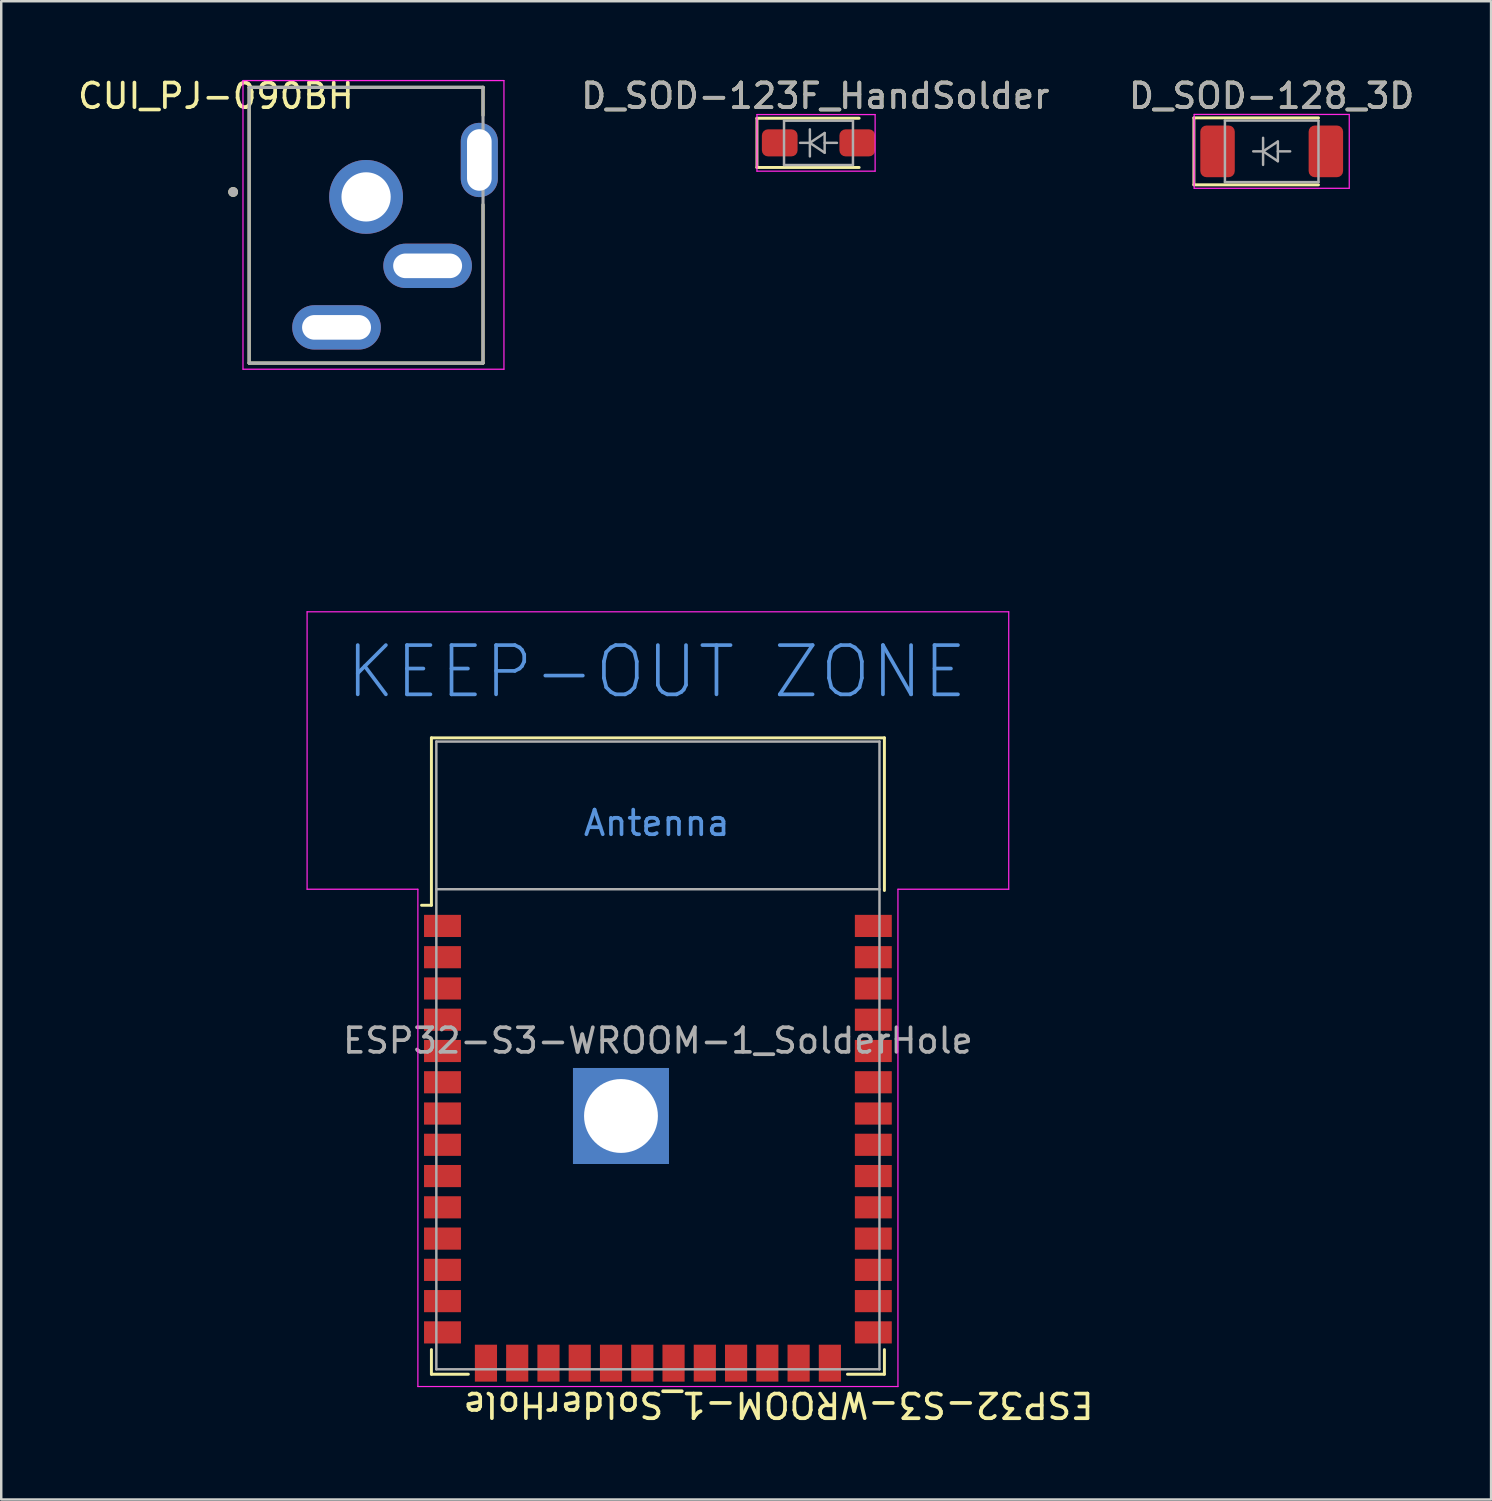
<source format=kicad_pcb>
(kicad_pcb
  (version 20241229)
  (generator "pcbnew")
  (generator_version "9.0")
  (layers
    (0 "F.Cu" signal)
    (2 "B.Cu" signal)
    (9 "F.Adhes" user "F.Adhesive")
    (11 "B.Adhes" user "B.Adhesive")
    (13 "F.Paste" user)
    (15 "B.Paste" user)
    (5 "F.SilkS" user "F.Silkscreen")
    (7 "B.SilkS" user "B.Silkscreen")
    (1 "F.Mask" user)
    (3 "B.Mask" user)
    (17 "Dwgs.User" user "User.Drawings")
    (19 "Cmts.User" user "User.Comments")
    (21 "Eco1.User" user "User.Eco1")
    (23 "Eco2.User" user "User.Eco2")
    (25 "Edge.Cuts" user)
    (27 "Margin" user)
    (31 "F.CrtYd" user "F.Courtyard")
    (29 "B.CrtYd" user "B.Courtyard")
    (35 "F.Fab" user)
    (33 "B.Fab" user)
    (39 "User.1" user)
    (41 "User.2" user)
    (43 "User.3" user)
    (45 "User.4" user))
  (footprint "ESP32-S3-WROOM-1_SolderHole"
    (layer "F.Cu")
    (at 23.674 39.821)
    (property "Reference" "ESP32-S3-WROOM-1_SolderHole" (at 4.9 14.19 180) (unlocked yes) (layer "F.SilkS") (effects (font (size 1 1) (thickness 0.15))))
    (attr smd)
    (fp_line (start -9.2 -12.9) (end 9.2 -12.9) (stroke (width 0.12) (type solid)) (layer "F.SilkS"))
    (fp_line (start -9.2 -6.1) (end -9.6 -6.1) (stroke (width 0.12) (type solid)) (layer "F.SilkS"))
    (fp_line (start -9.2 -6.1) (end -9.2 -12.9) (stroke (width 0.12) (type solid)) (layer "F.SilkS"))
    (fp_line (start -9.2 11.95) (end -9.2 12.95) (stroke (width 0.12) (type solid)) (layer "F.SilkS"))
    (fp_line (start -9.2 12.95) (end -7.7 12.95) (stroke (width 0.12) (type solid)) (layer "F.SilkS"))
    (fp_line (start 9.2 -12.9) (end 9.2 -6.7) (stroke (width 0.12) (type solid)) (layer "F.SilkS"))
    (fp_line (start 9.2 12.95) (end 7.7 12.95) (stroke (width 0.12) (type solid)) (layer "F.SilkS"))
    (fp_line (start 9.2 12.95) (end 9.2 11.95) (stroke (width 0.12) (type solid)) (layer "F.SilkS"))
    (fp_line (start -14.25 -18.02) (end -14.25 -6.75) (stroke (width 0.05) (type solid)) (layer "F.CrtYd"))
    (fp_line (start -14.25 -6.75) (end -9.75 -6.75) (stroke (width 0.05) (type solid)) (layer "F.CrtYd"))
    (fp_line (start -9.75 13.45) (end -9.75 -6.75) (stroke (width 0.05) (type solid)) (layer "F.CrtYd"))
    (fp_line (start -9.75 13.45) (end 9.75 13.45) (stroke (width 0.05) (type solid)) (layer "F.CrtYd"))
    (fp_line (start 9.75 -6.75) (end 9.75 13.45) (stroke (width 0.05) (type solid)) (layer "F.CrtYd"))
    (fp_line (start 9.75 -6.75) (end 14.25 -6.75) (stroke (width 0.05) (type solid)) (layer "F.CrtYd"))
    (fp_line (start 14.25 -18.02) (end -14.25 -18.02) (stroke (width 0.05) (type solid)) (layer "F.CrtYd"))
    (fp_line (start 14.25 -6.75) (end 14.25 -18.02) (stroke (width 0.05) (type solid)) (layer "F.CrtYd"))
    (fp_line (start -9 -12.75) (end 9 -12.75) (stroke (width 0.1) (type solid)) (layer "F.Fab"))
    (fp_line (start -9 -6.75) (end 9 -6.75) (stroke (width 0.1) (type solid)) (layer "F.Fab"))
    (fp_line (start -9 12.75) (end -9 -12.75) (stroke (width 0.1) (type solid)) (layer "F.Fab"))
    (fp_line (start -9 12.75) (end 9 12.75) (stroke (width 0.1) (type solid)) (layer "F.Fab"))
    (fp_line (start 9 12.75) (end 9 -12.75) (stroke (width 0.1) (type solid)) (layer "F.Fab"))
    (fp_text user "KEEP-OUT ZONE" (at -0.05 -15.585 180) (layer "Cmts.User") (effects (font (size 2 2) (thickness 0.15))))
    (fp_text user "Antenna" (at -0.05 -9.44 180) (layer "Cmts.User") (effects (font (size 1 1) (thickness 0.15))))
    (fp_text user "${REFERENCE}" (at 0 -0.6 0) (unlocked yes) (layer "F.Fab") (effects (font (size 1 1) (thickness 0.15))))
    (dimension (type aligned) (layer "User.2") (pts (xy 9.425 33.072) (xy 9.425 21.791)) (height -3.34) (format (prefix "") (suffix "") (units 3) (units_format 1) (precision 4)) (style (thickness 0.1) (arrow_length 1.27) (text_position_mode 0) (arrow_direction outward) (extension_height 0.586) (extension_offset 0.5) (keep_text_aligned yes)) (gr_text "11.2800 mm" (at 4.935 27.431 90) (layer "User.2") (effects (font (size 1 1) (thickness 0.15)))))
    (dimension (type aligned) (layer "User.2") (pts (xy 9.425 21.791) (xy 37.925 21.791)) (height -4.82) (format (prefix "") (suffix "") (units 3) (units_format 1) (precision 4)) (style (thickness 0.1) (arrow_length 1.27) (text_position_mode 0) (arrow_direction outward) (extension_height 0.586) (extension_offset 0.5) (keep_text_aligned yes)) (gr_text "28.5000 mm" (at 23.675 15.822 0) (layer "User.2") (effects (font (size 1 1) (thickness 0.15)))))
    (pad "1" smd rect (at -8.75 -5.26) (size 1.5 0.9) (layers "F.Cu" "F.Mask" "F.Paste"))
    (pad "2" smd rect (at -8.75 -3.99) (size 1.5 0.9) (layers "F.Cu" "F.Mask" "F.Paste"))
    (pad "3" smd rect (at -8.75 -2.72) (size 1.5 0.9) (layers "F.Cu" "F.Mask" "F.Paste"))
    (pad "4" smd rect (at -8.75 -1.45) (size 1.5 0.9) (layers "F.Cu" "F.Mask" "F.Paste"))
    (pad "5" smd rect (at -8.75 -0.18) (size 1.5 0.9) (layers "F.Cu" "F.Mask" "F.Paste"))
    (pad "6" smd rect (at -8.75 1.09) (size 1.5 0.9) (layers "F.Cu" "F.Mask" "F.Paste"))
    (pad "7" smd rect (at -8.75 2.36) (size 1.5 0.9) (layers "F.Cu" "F.Mask" "F.Paste"))
    (pad "8" smd rect (at -8.75 3.63) (size 1.5 0.9) (layers "F.Cu" "F.Mask" "F.Paste"))
    (pad "9" smd rect (at -8.75 4.9) (size 1.5 0.9) (layers "F.Cu" "F.Mask" "F.Paste"))
    (pad "10" smd rect (at -8.75 6.17) (size 1.5 0.9) (layers "F.Cu" "F.Mask" "F.Paste"))
    (pad "11" smd rect (at -8.75 7.44) (size 1.5 0.9) (layers "F.Cu" "F.Mask" "F.Paste"))
    (pad "12" smd rect (at -8.75 8.71) (size 1.5 0.9) (layers "F.Cu" "F.Mask" "F.Paste"))
    (pad "13" smd rect (at -8.75 9.98) (size 1.5 0.9) (layers "F.Cu" "F.Mask" "F.Paste"))
    (pad "14" smd rect (at -8.75 11.25 180) (size 1.5 0.9) (layers "F.Cu" "F.Mask" "F.Paste"))
    (pad "15" smd rect (at -6.985 12.5 270) (size 1.5 0.9) (layers "F.Cu" "F.Mask" "F.Paste"))
    (pad "16" smd rect (at -5.715 12.5 270) (size 1.5 0.9) (layers "F.Cu" "F.Mask" "F.Paste"))
    (pad "17" smd rect (at -4.445 12.5 270) (size 1.5 0.9) (layers "F.Cu" "F.Mask" "F.Paste"))
    (pad "18" smd rect (at -3.175 12.5 270) (size 1.5 0.9) (layers "F.Cu" "F.Mask" "F.Paste"))
    (pad "19" smd rect (at -1.905 12.5 270) (size 1.5 0.9) (layers "F.Cu" "F.Mask" "F.Paste"))
    (pad "20" smd rect (at -0.635 12.5 270) (size 1.5 0.9) (layers "F.Cu" "F.Mask" "F.Paste"))
    (pad "21" smd rect (at 0.635 12.5 270) (size 1.5 0.9) (layers "F.Cu" "F.Mask" "F.Paste"))
    (pad "22" smd rect (at 1.905 12.5 270) (size 1.5 0.9) (layers "F.Cu" "F.Mask" "F.Paste"))
    (pad "23" smd rect (at 3.175 12.5 270) (size 1.5 0.9) (layers "F.Cu" "F.Mask" "F.Paste"))
    (pad "24" smd rect (at 4.445 12.5 270) (size 1.5 0.9) (layers "F.Cu" "F.Mask" "F.Paste"))
    (pad "25" smd rect (at 5.715 12.5 270) (size 1.5 0.9) (layers "F.Cu" "F.Mask" "F.Paste"))
    (pad "26" smd rect (at 6.985 12.5 270) (size 1.5 0.9) (layers "F.Cu" "F.Mask" "F.Paste"))
    (pad "27" smd rect (at 8.75 11.25) (size 1.5 0.9) (layers "F.Cu" "F.Mask" "F.Paste"))
    (pad "28" smd rect (at 8.75 9.98) (size 1.5 0.9) (layers "F.Cu" "F.Mask" "F.Paste"))
    (pad "29" smd rect (at 8.75 8.71) (size 1.5 0.9) (layers "F.Cu" "F.Mask" "F.Paste"))
    (pad "30" smd rect (at 8.75 7.44) (size 1.5 0.9) (layers "F.Cu" "F.Mask" "F.Paste"))
    (pad "31" smd rect (at 8.75 6.17) (size 1.5 0.9) (layers "F.Cu" "F.Mask" "F.Paste"))
    (pad "32" smd rect (at 8.75 4.9) (size 1.5 0.9) (layers "F.Cu" "F.Mask" "F.Paste"))
    (pad "33" smd rect (at 8.75 3.63) (size 1.5 0.9) (layers "F.Cu" "F.Mask" "F.Paste"))
    (pad "34" smd rect (at 8.75 2.36) (size 1.5 0.9) (layers "F.Cu" "F.Mask" "F.Paste"))
    (pad "35" smd rect (at 8.75 1.09) (size 1.5 0.9) (layers "F.Cu" "F.Mask" "F.Paste"))
    (pad "36" smd rect (at 8.75 -0.18) (size 1.5 0.9) (layers "F.Cu" "F.Mask" "F.Paste"))
    (pad "37" smd rect (at 8.75 -1.45) (size 1.5 0.9) (layers "F.Cu" "F.Mask" "F.Paste"))
    (pad "38" smd rect (at 8.75 -2.72) (size 1.5 0.9) (layers "F.Cu" "F.Mask" "F.Paste"))
    (pad "39" smd rect (at 8.75 -3.99) (size 1.5 0.9) (layers "F.Cu" "F.Mask" "F.Paste"))
    (pad "40" smd rect (at 8.75 -5.26) (size 1.5 0.9) (layers "F.Cu" "F.Mask" "F.Paste"))
    (pad "41" thru_hole rect (at -1.5 2.46 270) (size 3.9 3.9) (drill 3) (layers "*.Cu" "F.Mask"))
    (zone (net_name "") (layers "F.Cu" "B.Cu") (hatch full 0.508) (connect_pads) (min_thickness 0.254) (filled_areas_thickness no) (keepout (tracks not_allowed) (vias not_allowed) (pads not_allowed) (copperpour not_allowed) (footprints not_allowed)) (placement (enabled no)) (fill) (polygon (pts (xy 9.425 33.072) (xy 37.925 33.075) (xy 37.925 21.797) (xy 9.425 21.791)))))
  (footprint "D_SOD-128_3D"
    (layer "F.Cu")
    (at 48.606 3.098)
    (property "Reference" "D_SOD-128_3D" (at 0 -2.25 180) (layer "F.SilkS") (effects (font (size 1 1) (thickness 0.15))))
    (attr smd)
    (fp_line (start -3.16 -1.36) (end -3.16 1.36) (stroke (width 0.12) (type solid)) (layer "F.SilkS"))
    (fp_line (start -3.16 -1.36) (end 1.9 -1.36) (stroke (width 0.12) (type solid)) (layer "F.SilkS"))
    (fp_line (start -3.16 1.36) (end 1.9 1.36) (stroke (width 0.12) (type solid)) (layer "F.SilkS"))
    (fp_line (start -3.15 -1.5) (end -3.15 1.5) (stroke (width 0.05) (type solid)) (layer "F.CrtYd"))
    (fp_line (start -3.15 -1.5) (end 3.15 -1.5) (stroke (width 0.05) (type solid)) (layer "F.CrtYd"))
    (fp_line (start 3.15 -1.5) (end 3.15 1.5) (stroke (width 0.05) (type solid)) (layer "F.CrtYd"))
    (fp_line (start 3.15 1.5) (end -3.15 1.5) (stroke (width 0.05) (type solid)) (layer "F.CrtYd"))
    (fp_line (start -1.9 -1.25) (end 1.9 -1.25) (stroke (width 0.1) (type solid)) (layer "F.Fab"))
    (fp_line (start -1.9 1.25) (end -1.9 -1.25) (stroke (width 0.1) (type solid)) (layer "F.Fab"))
    (fp_line (start -0.75 0) (end -0.35 0) (stroke (width 0.1) (type solid)) (layer "F.Fab"))
    (fp_line (start -0.35 0) (end -0.35 -0.55) (stroke (width 0.1) (type solid)) (layer "F.Fab"))
    (fp_line (start -0.35 0) (end -0.35 0.55) (stroke (width 0.1) (type solid)) (layer "F.Fab"))
    (fp_line (start -0.35 0) (end 0.25 -0.4) (stroke (width 0.1) (type solid)) (layer "F.Fab"))
    (fp_line (start 0.25 -0.4) (end 0.25 0.4) (stroke (width 0.1) (type solid)) (layer "F.Fab"))
    (fp_line (start 0.25 0) (end 0.75 0) (stroke (width 0.1) (type solid)) (layer "F.Fab"))
    (fp_line (start 0.25 0.4) (end -0.35 0) (stroke (width 0.1) (type solid)) (layer "F.Fab"))
    (fp_line (start 1.9 -1.25) (end 1.9 1.25) (stroke (width 0.1) (type solid)) (layer "F.Fab"))
    (fp_line (start 1.9 1.25) (end -1.9 1.25) (stroke (width 0.1) (type solid)) (layer "F.Fab"))
    (fp_text user "${REFERENCE}" (at 0 -2.25 180) (layer "F.Fab") (effects (font (size 1 1) (thickness 0.15))))
    (pad "1" smd roundrect (at -2.2 0) (size 1.4 2.1) (layers "F.Cu" "F.Mask" "F.Paste") (roundrect_rratio 0.179))
    (pad "2" smd roundrect (at 2.2 0) (size 1.4 2.1) (layers "F.Cu" "F.Mask" "F.Paste") (roundrect_rratio 0.179)))
  (footprint "D_SOD-123F_HandSolder"
    (layer "F.Cu")
    (at 30.197 2.753)
    (property "Reference" "D_SOD-123F_HandSolder" (at -0.127 -1.905 180) (layer "F.SilkS") (effects (font (size 1 1) (thickness 0.15))))
    (attr smd)
    (fp_line (start -2.5 -1) (end -2.5 1) (stroke (width 0.12) (type solid)) (layer "F.SilkS"))
    (fp_line (start -2.5 -1) (end 1.65 -1) (stroke (width 0.12) (type solid)) (layer "F.SilkS"))
    (fp_line (start -2.5 1) (end 1.65 1) (stroke (width 0.12) (type solid)) (layer "F.SilkS"))
    (fp_line (start -2.5 -1.15) (end -2.5 1.15) (stroke (width 0.05) (type solid)) (layer "F.CrtYd"))
    (fp_line (start -2.5 -1.15) (end 2.3 -1.15) (stroke (width 0.05) (type solid)) (layer "F.CrtYd"))
    (fp_line (start 2.3 -1.15) (end 2.3 1.15) (stroke (width 0.05) (type solid)) (layer "F.CrtYd"))
    (fp_line (start 2.3 1.15) (end -2.5 1.15) (stroke (width 0.05) (type solid)) (layer "F.CrtYd"))
    (fp_line (start -1.4 -0.9) (end 1.4 -0.9) (stroke (width 0.1) (type solid)) (layer "F.Fab"))
    (fp_line (start -1.4 0.9) (end -1.4 -0.9) (stroke (width 0.1) (type solid)) (layer "F.Fab"))
    (fp_line (start -0.75 0) (end -0.35 0) (stroke (width 0.1) (type solid)) (layer "F.Fab"))
    (fp_line (start -0.35 0) (end -0.35 -0.55) (stroke (width 0.1) (type solid)) (layer "F.Fab"))
    (fp_line (start -0.35 0) (end -0.35 0.55) (stroke (width 0.1) (type solid)) (layer "F.Fab"))
    (fp_line (start -0.35 0) (end 0.25 -0.4) (stroke (width 0.1) (type solid)) (layer "F.Fab"))
    (fp_line (start 0.25 -0.4) (end 0.25 0.4) (stroke (width 0.1) (type solid)) (layer "F.Fab"))
    (fp_line (start 0.25 0) (end 0.75 0) (stroke (width 0.1) (type solid)) (layer "F.Fab"))
    (fp_line (start 0.25 0.4) (end -0.35 0) (stroke (width 0.1) (type solid)) (layer "F.Fab"))
    (fp_line (start 1.4 -0.9) (end 1.4 0.9) (stroke (width 0.1) (type solid)) (layer "F.Fab"))
    (fp_line (start 1.4 0.9) (end -1.4 0.9) (stroke (width 0.1) (type solid)) (layer "F.Fab"))
    (fp_text user "${REFERENCE}" (at -0.127 -1.905 180) (layer "F.Fab") (effects (font (size 1 1) (thickness 0.15))))
    (pad "1" smd roundrect (at -1.575 0.000001) (size 1.45 1.1) (layers "F.Cu" "F.Mask" "F.Paste") (roundrect_rratio 0.227))
    (pad "2" smd roundrect (at 1.575 0.000002) (size 1.45 1.1) (layers "F.Cu" "F.Mask" "F.Paste") (roundrect_rratio 0.227)))
  (footprint "CUI_PJ-090BH"
    (layer "F.Cu")
    (at 11.82 4.948)
    (property "Reference" "CUI_PJ-090BH" (at -6.1 -4.1 0) (layer "F.SilkS") (effects (font (size 1 1) (thickness 0.15))))
    (attr through_hole)
    (fp_line (start -4.75 -4.45) (end 4.75 -4.45) (stroke (width 0.127) (type solid)) (layer "F.SilkS"))
    (fp_line (start -4.75 6.75) (end -4.75 -4.45) (stroke (width 0.127) (type solid)) (layer "F.SilkS"))
    (fp_line (start 4.75 -4.45) (end 4.75 -3.313) (stroke (width 0.127) (type solid)) (layer "F.SilkS"))
    (fp_line (start 4.75 6.75) (end -4.75 6.75) (stroke (width 0.127) (type solid)) (layer "F.SilkS"))
    (fp_line (start 4.75 6.75) (end 4.75 0.314) (stroke (width 0.127) (type solid)) (layer "F.SilkS"))
    (fp_circle (center -5.4 -0.2) (end -5.3 -0.2) (stroke (width 0.2) (type solid)) (fill no) (layer "F.SilkS"))
    (fp_line (start -5 -4.725) (end 5.6 -4.725) (stroke (width 0.05) (type solid)) (layer "F.CrtYd"))
    (fp_line (start -5 7) (end -5 -4.725) (stroke (width 0.05) (type solid)) (layer "F.CrtYd"))
    (fp_line (start 5.6 -4.725) (end 5.6 7) (stroke (width 0.05) (type solid)) (layer "F.CrtYd"))
    (fp_line (start 5.6 7) (end -5 7) (stroke (width 0.05) (type solid)) (layer "F.CrtYd"))
    (fp_line (start -4.75 -4.45) (end 4.75 -4.45) (stroke (width 0.127) (type solid)) (layer "F.Fab"))
    (fp_line (start -4.75 6.75) (end -4.75 -4.45) (stroke (width 0.127) (type solid)) (layer "F.Fab"))
    (fp_line (start 4.75 -4.45) (end 4.75 6.75) (stroke (width 0.127) (type solid)) (layer "F.Fab"))
    (fp_line (start 4.75 6.75) (end -4.75 6.75) (stroke (width 0.127) (type solid)) (layer "F.Fab"))
    (fp_circle (center -5.4 -0.2) (end -5.3 -0.2) (stroke (width 0.2) (type solid)) (fill no) (layer "F.Fab"))
    (pad "1" thru_hole circle (at 0 0) (size 3 3) (drill 2) (layers "*.Cu" "*.Mask"))
    (pad "2" thru_hole oval (at -1.2 5.3) (size 3.6 1.8) (drill oval 2.8 1) (layers "*.Cu" "*.Mask"))
    (pad "3" thru_hole oval (at 2.5 2.8) (size 3.6 1.8) (drill oval 2.8 1) (layers "*.Cu" "*.Mask"))
    (pad "S1" thru_hole oval (at 4.6 -1.5) (size 1.508 3.016) (drill oval 1 2.5) (layers "*.Cu" "*.Mask")))
  (gr_rect
    (start -3 -3)
    (end 57.517 57.859)
    (stroke (width 0.1) (type default))
    (fill no)
    (layer "Edge.Cuts")))
</source>
